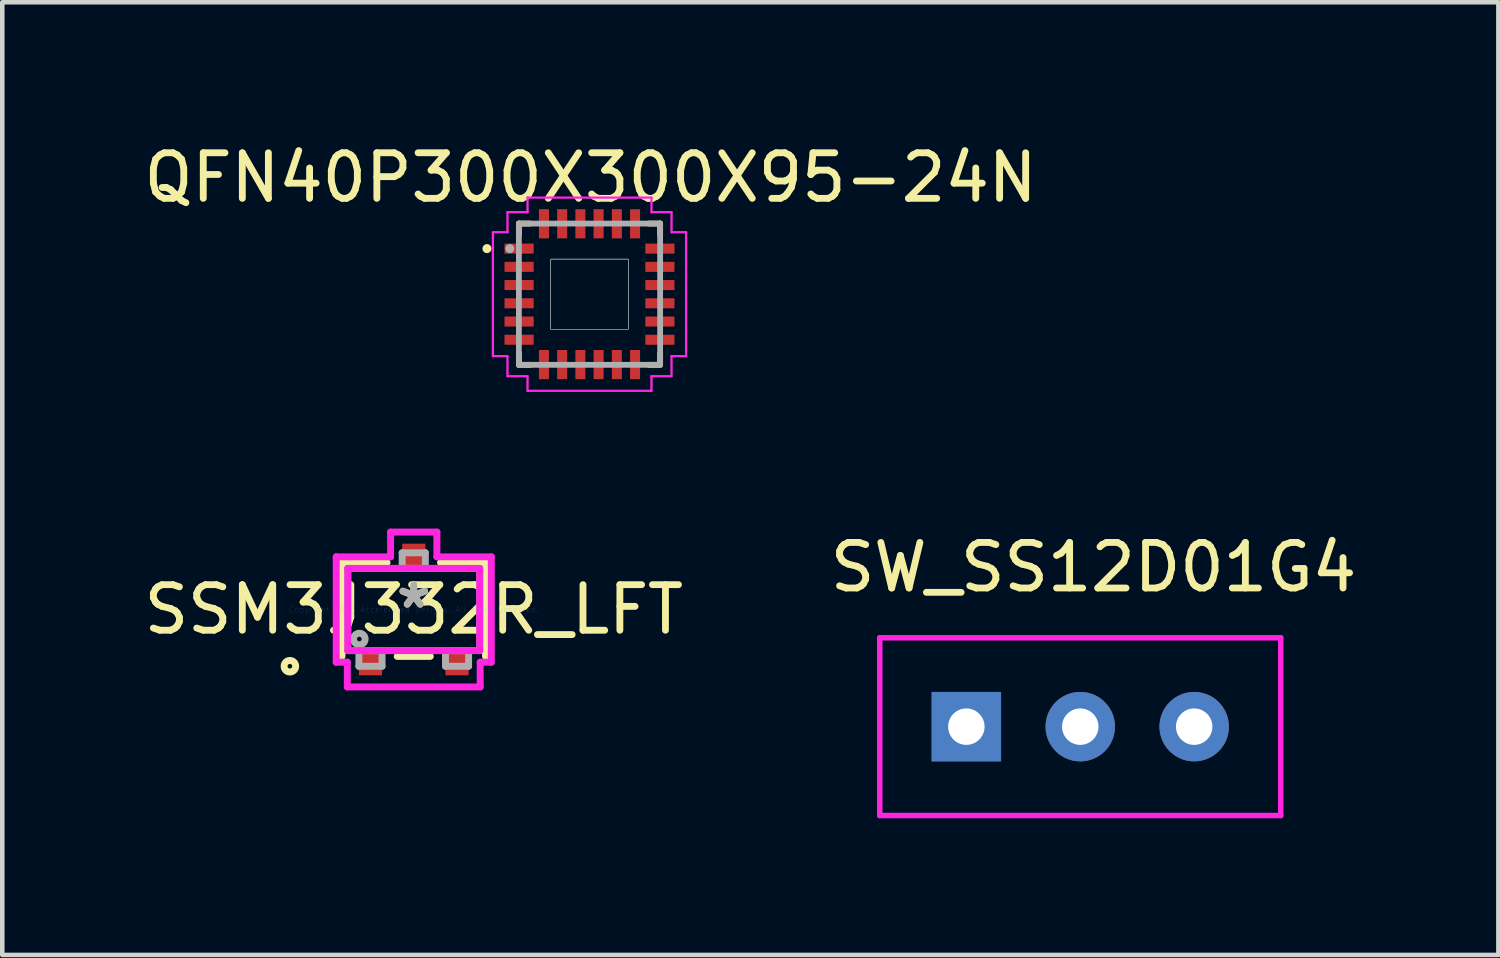
<source format=kicad_pcb>
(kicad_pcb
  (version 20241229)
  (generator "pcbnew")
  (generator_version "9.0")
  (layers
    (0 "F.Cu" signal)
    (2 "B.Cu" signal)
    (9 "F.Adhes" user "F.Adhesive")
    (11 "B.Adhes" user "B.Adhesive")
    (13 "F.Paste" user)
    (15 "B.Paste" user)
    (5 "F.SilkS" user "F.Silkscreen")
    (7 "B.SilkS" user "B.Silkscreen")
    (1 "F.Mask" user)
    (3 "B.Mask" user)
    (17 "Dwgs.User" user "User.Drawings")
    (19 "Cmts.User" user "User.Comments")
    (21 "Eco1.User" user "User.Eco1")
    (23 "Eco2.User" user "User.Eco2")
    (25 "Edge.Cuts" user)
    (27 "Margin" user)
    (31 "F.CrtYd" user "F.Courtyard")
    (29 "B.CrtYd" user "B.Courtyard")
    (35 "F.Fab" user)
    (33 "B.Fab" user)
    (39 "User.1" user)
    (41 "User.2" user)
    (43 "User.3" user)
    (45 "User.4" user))
  (footprint "SW_SS12D01G4"
    (layer "F.Cu")
    (at 20.657 12.897)
    (property "Reference" "SW_SS12D01G4" (at 0.29 -3.498 0) (layer "F.SilkS") (effects (font (size 1 1) (thickness 0.15))))
    (attr through_hole)
    (fp_line (start -4.4 -1.95) (end -4.4 1.95) (stroke (width 0.12) (type solid)) (layer "B.Paste"))
    (fp_line (start -4.4 1.95) (end 4.4 1.95) (stroke (width 0.12) (type solid)) (layer "B.Paste"))
    (fp_line (start 4.4 -1.95) (end -4.4 -1.95) (stroke (width 0.12) (type solid)) (layer "B.Paste"))
    (fp_line (start 4.4 1.95) (end 4.4 -1.95) (stroke (width 0.12) (type solid)) (layer "B.Paste"))
    (fp_line (start -4.4 -1.95) (end 4.4 -1.95) (stroke (width 0.12) (type solid)) (layer "F.CrtYd"))
    (fp_line (start -4.4 1.95) (end -4.4 -1.95) (stroke (width 0.12) (type solid)) (layer "F.CrtYd"))
    (fp_line (start 4.4 -1.95) (end 4.4 1.95) (stroke (width 0.12) (type solid)) (layer "F.CrtYd"))
    (fp_line (start 4.4 1.95) (end -4.4 1.95) (stroke (width 0.12) (type solid)) (layer "F.CrtYd"))
    (pad "1" thru_hole rect (at -2.5 0) (size 1.524 1.524) (drill 0.8) (layers "*.Cu" "*.Mask"))
    (pad "2" thru_hole circle (at 0 0) (size 1.524 1.524) (drill 0.8) (layers "*.Cu" "*.Mask"))
    (pad "3" thru_hole circle (at 2.5 0) (size 1.524 1.524) (drill 0.8) (layers "*.Cu" "*.Mask")))
  (footprint "QFN40P300X300X95-24N"
    (layer "F.Cu")
    (at 9.887 3.406)
    (property "Reference" "QFN40P300X300X95-24N" (at 0.024 -2.558 0) (layer "F.SilkS") (effects (font (size 1 1) (thickness 0.15))))
    (attr through_hole)
    (fp_line (start -1.55 -1.55) (end -1.3 -1.55) (stroke (width 0.127) (type solid)) (layer "F.SilkS"))
    (fp_line (start -1.55 -1.3) (end -1.55 -1.55) (stroke (width 0.127) (type solid)) (layer "F.SilkS"))
    (fp_line (start -1.55 1.3) (end -1.55 1.55) (stroke (width 0.127) (type solid)) (layer "F.SilkS"))
    (fp_line (start -1.55 1.55) (end -1.3 1.55) (stroke (width 0.127) (type solid)) (layer "F.SilkS"))
    (fp_line (start 1.3 -1.55) (end 1.55 -1.55) (stroke (width 0.127) (type solid)) (layer "F.SilkS"))
    (fp_line (start 1.3 1.55) (end 1.55 1.55) (stroke (width 0.127) (type solid)) (layer "F.SilkS"))
    (fp_line (start 1.55 -1.55) (end 1.55 -1.3) (stroke (width 0.127) (type solid)) (layer "F.SilkS"))
    (fp_line (start 1.55 1.55) (end 1.55 1.3) (stroke (width 0.127) (type solid)) (layer "F.SilkS"))
    (fp_circle (center -2.25 -1) (end -2.2 -1) (stroke (width 0.1) (type solid)) (fill no) (layer "F.SilkS"))
    (fp_poly (pts (xy -0.85 -0.77) (xy 0.85 -0.77) (xy 0.85 0.77) (xy -0.85 0.77)) (stroke (width 0.01) (type solid)) (fill no) (layer "Dwgs.User"))
    (fp_poly (pts (xy -0.85 -0.77) (xy 0.85 -0.77) (xy 0.85 0.77) (xy -0.85 0.77)) (stroke (width 0.01) (type solid)) (fill no) (layer "Dwgs.User"))
    (fp_line (start -2.12 -1.36) (end -2.12 1.36) (stroke (width 0.05) (type solid)) (layer "F.CrtYd"))
    (fp_line (start -2.12 1.36) (end -1.8 1.36) (stroke (width 0.05) (type solid)) (layer "F.CrtYd"))
    (fp_line (start -1.8 -1.8) (end -1.8 -1.36) (stroke (width 0.05) (type solid)) (layer "F.CrtYd"))
    (fp_line (start -1.8 -1.36) (end -2.12 -1.36) (stroke (width 0.05) (type solid)) (layer "F.CrtYd"))
    (fp_line (start -1.8 1.36) (end -1.8 1.8) (stroke (width 0.05) (type solid)) (layer "F.CrtYd"))
    (fp_line (start -1.8 1.8) (end -1.36 1.8) (stroke (width 0.05) (type solid)) (layer "F.CrtYd"))
    (fp_line (start -1.36 -2.12) (end -1.36 -1.8) (stroke (width 0.05) (type solid)) (layer "F.CrtYd"))
    (fp_line (start -1.36 -1.8) (end -1.8 -1.8) (stroke (width 0.05) (type solid)) (layer "F.CrtYd"))
    (fp_line (start -1.36 1.8) (end -1.36 2.12) (stroke (width 0.05) (type solid)) (layer "F.CrtYd"))
    (fp_line (start -1.36 2.12) (end 1.36 2.12) (stroke (width 0.05) (type solid)) (layer "F.CrtYd"))
    (fp_line (start 1.36 -2.12) (end -1.36 -2.12) (stroke (width 0.05) (type solid)) (layer "F.CrtYd"))
    (fp_line (start 1.36 -1.8) (end 1.36 -2.12) (stroke (width 0.05) (type solid)) (layer "F.CrtYd"))
    (fp_line (start 1.36 1.8) (end 1.8 1.8) (stroke (width 0.05) (type solid)) (layer "F.CrtYd"))
    (fp_line (start 1.36 2.12) (end 1.36 1.8) (stroke (width 0.05) (type solid)) (layer "F.CrtYd"))
    (fp_line (start 1.8 -1.8) (end 1.36 -1.8) (stroke (width 0.05) (type solid)) (layer "F.CrtYd"))
    (fp_line (start 1.8 -1.36) (end 1.8 -1.8) (stroke (width 0.05) (type solid)) (layer "F.CrtYd"))
    (fp_line (start 1.8 1.36) (end 2.12 1.36) (stroke (width 0.05) (type solid)) (layer "F.CrtYd"))
    (fp_line (start 1.8 1.8) (end 1.8 1.36) (stroke (width 0.05) (type solid)) (layer "F.CrtYd"))
    (fp_line (start 2.12 -1.36) (end 1.8 -1.36) (stroke (width 0.05) (type solid)) (layer "F.CrtYd"))
    (fp_line (start 2.12 1.36) (end 2.12 -1.36) (stroke (width 0.05) (type solid)) (layer "F.CrtYd"))
    (fp_line (start -1.55 -1.55) (end 1.55 -1.55) (stroke (width 0.127) (type solid)) (layer "F.Fab"))
    (fp_line (start -1.55 1.55) (end -1.55 -1.55) (stroke (width 0.127) (type solid)) (layer "F.Fab"))
    (fp_line (start 1.55 -1.55) (end 1.55 1.55) (stroke (width 0.127) (type solid)) (layer "F.Fab"))
    (fp_line (start 1.55 1.55) (end -1.55 1.55) (stroke (width 0.127) (type solid)) (layer "F.Fab"))
    (fp_circle (center -1.75 -1) (end -1.7 -1) (stroke (width 0.1) (type solid)) (fill no) (layer "F.Fab"))
    (pad "1" smd rect (at -1.545 -1) (size 0.64 0.22) (layers "F.Cu" "F.Mask" "F.Paste"))
    (pad "2" smd rect (at -1.545 -0.6) (size 0.64 0.22) (layers "F.Cu" "F.Mask" "F.Paste"))
    (pad "3" smd rect (at -1.545 -0.2) (size 0.64 0.22) (layers "F.Cu" "F.Mask" "F.Paste"))
    (pad "4" smd rect (at -1.545 0.2) (size 0.64 0.22) (layers "F.Cu" "F.Mask" "F.Paste"))
    (pad "5" smd rect (at -1.545 0.6) (size 0.64 0.22) (layers "F.Cu" "F.Mask" "F.Paste"))
    (pad "6" smd rect (at -1.545 1) (size 0.64 0.22) (layers "F.Cu" "F.Mask" "F.Paste"))
    (pad "7" smd rect (at -1 1.545) (size 0.22 0.64) (layers "F.Cu" "F.Mask" "F.Paste"))
    (pad "8" smd rect (at -0.6 1.545) (size 0.22 0.64) (layers "F.Cu" "F.Mask" "F.Paste"))
    (pad "9" smd rect (at -0.2 1.545) (size 0.22 0.64) (layers "F.Cu" "F.Mask" "F.Paste"))
    (pad "10" smd rect (at 0.2 1.545) (size 0.22 0.64) (layers "F.Cu" "F.Mask" "F.Paste"))
    (pad "11" smd rect (at 0.6 1.545) (size 0.22 0.64) (layers "F.Cu" "F.Mask" "F.Paste"))
    (pad "12" smd rect (at 1 1.545) (size 0.22 0.64) (layers "F.Cu" "F.Mask" "F.Paste"))
    (pad "13" smd rect (at 1.545 1) (size 0.64 0.22) (layers "F.Cu" "F.Mask" "F.Paste"))
    (pad "14" smd rect (at 1.545 0.6) (size 0.64 0.22) (layers "F.Cu" "F.Mask" "F.Paste"))
    (pad "15" smd rect (at 1.545 0.2) (size 0.64 0.22) (layers "F.Cu" "F.Mask" "F.Paste"))
    (pad "16" smd rect (at 1.545 -0.2) (size 0.64 0.22) (layers "F.Cu" "F.Mask" "F.Paste"))
    (pad "17" smd rect (at 1.545 -0.6) (size 0.64 0.22) (layers "F.Cu" "F.Mask" "F.Paste"))
    (pad "18" smd rect (at 1.545 -1) (size 0.64 0.22) (layers "F.Cu" "F.Mask" "F.Paste"))
    (pad "19" smd rect (at 1 -1.545) (size 0.22 0.64) (layers "F.Cu" "F.Mask" "F.Paste"))
    (pad "20" smd rect (at 0.6 -1.545) (size 0.22 0.64) (layers "F.Cu" "F.Mask" "F.Paste"))
    (pad "21" smd rect (at 0.2 -1.545) (size 0.22 0.64) (layers "F.Cu" "F.Mask" "F.Paste"))
    (pad "22" smd rect (at -0.2 -1.545) (size 0.22 0.64) (layers "F.Cu" "F.Mask" "F.Paste"))
    (pad "23" smd rect (at -0.6 -1.545) (size 0.22 0.64) (layers "F.Cu" "F.Mask" "F.Paste"))
    (pad "24" smd rect (at -1 -1.545) (size 0.22 0.64) (layers "F.Cu" "F.Mask" "F.Paste")))
  (footprint "SSM3J332R_LFT"
    (layer "F.Cu")
    (at 6.03 10.326)
    (property "Reference" "SSM3J332R_LFT" (at 0 0 0) (layer "F.SilkS") (effects (font (size 1 1) (thickness 0.15))))
    (attr through_hole)
    (fp_line (start -1.575 -1.029) (end -1.575 1.029) (stroke (width 0.152) (type solid)) (layer "F.SilkS"))
    (fp_line (start -0.587 -1.029) (end -1.575 -1.029) (stroke (width 0.152) (type solid)) (layer "F.SilkS"))
    (fp_line (start -0.363 1.029) (end 0.363 1.029) (stroke (width 0.152) (type solid)) (layer "F.SilkS"))
    (fp_line (start 1.575 -1.029) (end 0.587 -1.029) (stroke (width 0.152) (type solid)) (layer "F.SilkS"))
    (fp_line (start 1.575 1.029) (end 1.575 -1.029) (stroke (width 0.152) (type solid)) (layer "F.SilkS"))
    (fp_circle (center -2.718 1.245) (end -2.591 1.245) (stroke (width 0.152) (type solid)) (fill no) (layer "F.SilkS"))
    (fp_line (start -1.702 -1.156) (end -0.508 -1.156) (stroke (width 0.152) (type solid)) (layer "F.CrtYd"))
    (fp_line (start -1.702 1.156) (end -1.702 -1.156) (stroke (width 0.152) (type solid)) (layer "F.CrtYd"))
    (fp_line (start -1.458 1.156) (end -1.702 1.156) (stroke (width 0.152) (type solid)) (layer "F.CrtYd"))
    (fp_line (start -1.458 1.699) (end -1.458 1.156) (stroke (width 0.152) (type solid)) (layer "F.CrtYd"))
    (fp_line (start -1.448 -0.902) (end 1.448 -0.902) (stroke (width 0.152) (type solid)) (layer "F.CrtYd"))
    (fp_line (start -1.448 0.902) (end -1.448 -0.902) (stroke (width 0.152) (type solid)) (layer "F.CrtYd"))
    (fp_line (start -0.508 -1.699) (end 0.508 -1.699) (stroke (width 0.152) (type solid)) (layer "F.CrtYd"))
    (fp_line (start -0.508 -1.156) (end -0.508 -1.699) (stroke (width 0.152) (type solid)) (layer "F.CrtYd"))
    (fp_line (start 0.508 -1.699) (end 0.508 -1.156) (stroke (width 0.152) (type solid)) (layer "F.CrtYd"))
    (fp_line (start 0.508 -1.156) (end 1.702 -1.156) (stroke (width 0.152) (type solid)) (layer "F.CrtYd"))
    (fp_line (start 1.448 -0.902) (end 1.448 0.902) (stroke (width 0.152) (type solid)) (layer "F.CrtYd"))
    (fp_line (start 1.448 0.902) (end -1.448 0.902) (stroke (width 0.152) (type solid)) (layer "F.CrtYd"))
    (fp_line (start 1.458 1.156) (end 1.458 1.699) (stroke (width 0.152) (type solid)) (layer "F.CrtYd"))
    (fp_line (start 1.458 1.699) (end -1.458 1.699) (stroke (width 0.152) (type solid)) (layer "F.CrtYd"))
    (fp_line (start 1.702 -1.156) (end 1.702 1.156) (stroke (width 0.152) (type solid)) (layer "F.CrtYd"))
    (fp_line (start 1.702 1.156) (end 1.458 1.156) (stroke (width 0.152) (type solid)) (layer "F.CrtYd"))
    (fp_line (start -1.448 -0.902) (end -1.448 0.902) (stroke (width 0.152) (type solid)) (layer "F.Fab"))
    (fp_line (start -1.448 0.902) (end 1.448 0.902) (stroke (width 0.152) (type solid)) (layer "F.Fab"))
    (fp_line (start -1.204 0.902) (end -1.204 1.245) (stroke (width 0.152) (type solid)) (layer "F.Fab"))
    (fp_line (start -1.204 1.245) (end -0.696 1.245) (stroke (width 0.152) (type solid)) (layer "F.Fab"))
    (fp_line (start -0.696 0.902) (end -1.204 0.902) (stroke (width 0.152) (type solid)) (layer "F.Fab"))
    (fp_line (start -0.696 1.245) (end -0.696 0.902) (stroke (width 0.152) (type solid)) (layer "F.Fab"))
    (fp_line (start -0.254 -1.245) (end -0.254 -0.902) (stroke (width 0.152) (type solid)) (layer "F.Fab"))
    (fp_line (start -0.254 -0.902) (end 0.254 -0.902) (stroke (width 0.152) (type solid)) (layer "F.Fab"))
    (fp_line (start 0.254 -1.245) (end -0.254 -1.245) (stroke (width 0.152) (type solid)) (layer "F.Fab"))
    (fp_line (start 0.254 -0.902) (end 0.254 -1.245) (stroke (width 0.152) (type solid)) (layer "F.Fab"))
    (fp_line (start 0.696 0.902) (end 0.696 1.245) (stroke (width 0.152) (type solid)) (layer "F.Fab"))
    (fp_line (start 0.696 1.245) (end 1.204 1.245) (stroke (width 0.152) (type solid)) (layer "F.Fab"))
    (fp_line (start 1.204 0.902) (end 0.696 0.902) (stroke (width 0.152) (type solid)) (layer "F.Fab"))
    (fp_line (start 1.204 1.245) (end 1.204 0.902) (stroke (width 0.152) (type solid)) (layer "F.Fab"))
    (fp_line (start 1.448 -0.902) (end -1.448 -0.902) (stroke (width 0.152) (type solid)) (layer "F.Fab"))
    (fp_line (start 1.448 0.902) (end 1.448 -0.902) (stroke (width 0.152) (type solid)) (layer "F.Fab"))
    (fp_circle (center -1.194 0.648) (end -1.067 0.648) (stroke (width 0.152) (type solid)) (fill no) (layer "F.Fab"))
    (fp_text user "*" (at 0 0 0) (layer "F.SilkS") (effects (font (size 1 1) (thickness 0.15))))
    (fp_text user "Copyright 2016 Accelerated Designs. All rights reserved." (at 0 0 0) (layer "Cmts.User") (effects (font (size 0.127 0.127) (thickness 0.002))))
    (fp_text user "*" (at 0 0 0) (layer "F.Fab") (effects (font (size 1 1) (thickness 0.15))))
    (pad "1" smd rect (at -0.95 1.192) (size 0.508 0.505) (layers "F.Cu" "F.Mask" "F.Paste"))
    (pad "2" smd rect (at 0.95 1.192) (size 0.508 0.505) (layers "F.Cu" "F.Mask" "F.Paste"))
    (pad "3" smd rect (at 0 -1.192) (size 0.508 0.505) (layers "F.Cu" "F.Mask" "F.Paste")))
  (gr_rect
    (start -3 -3)
    (end 29.833 17.907)
    (stroke (width 0.1) (type default))
    (fill no)
    (layer "Edge.Cuts")))
</source>
